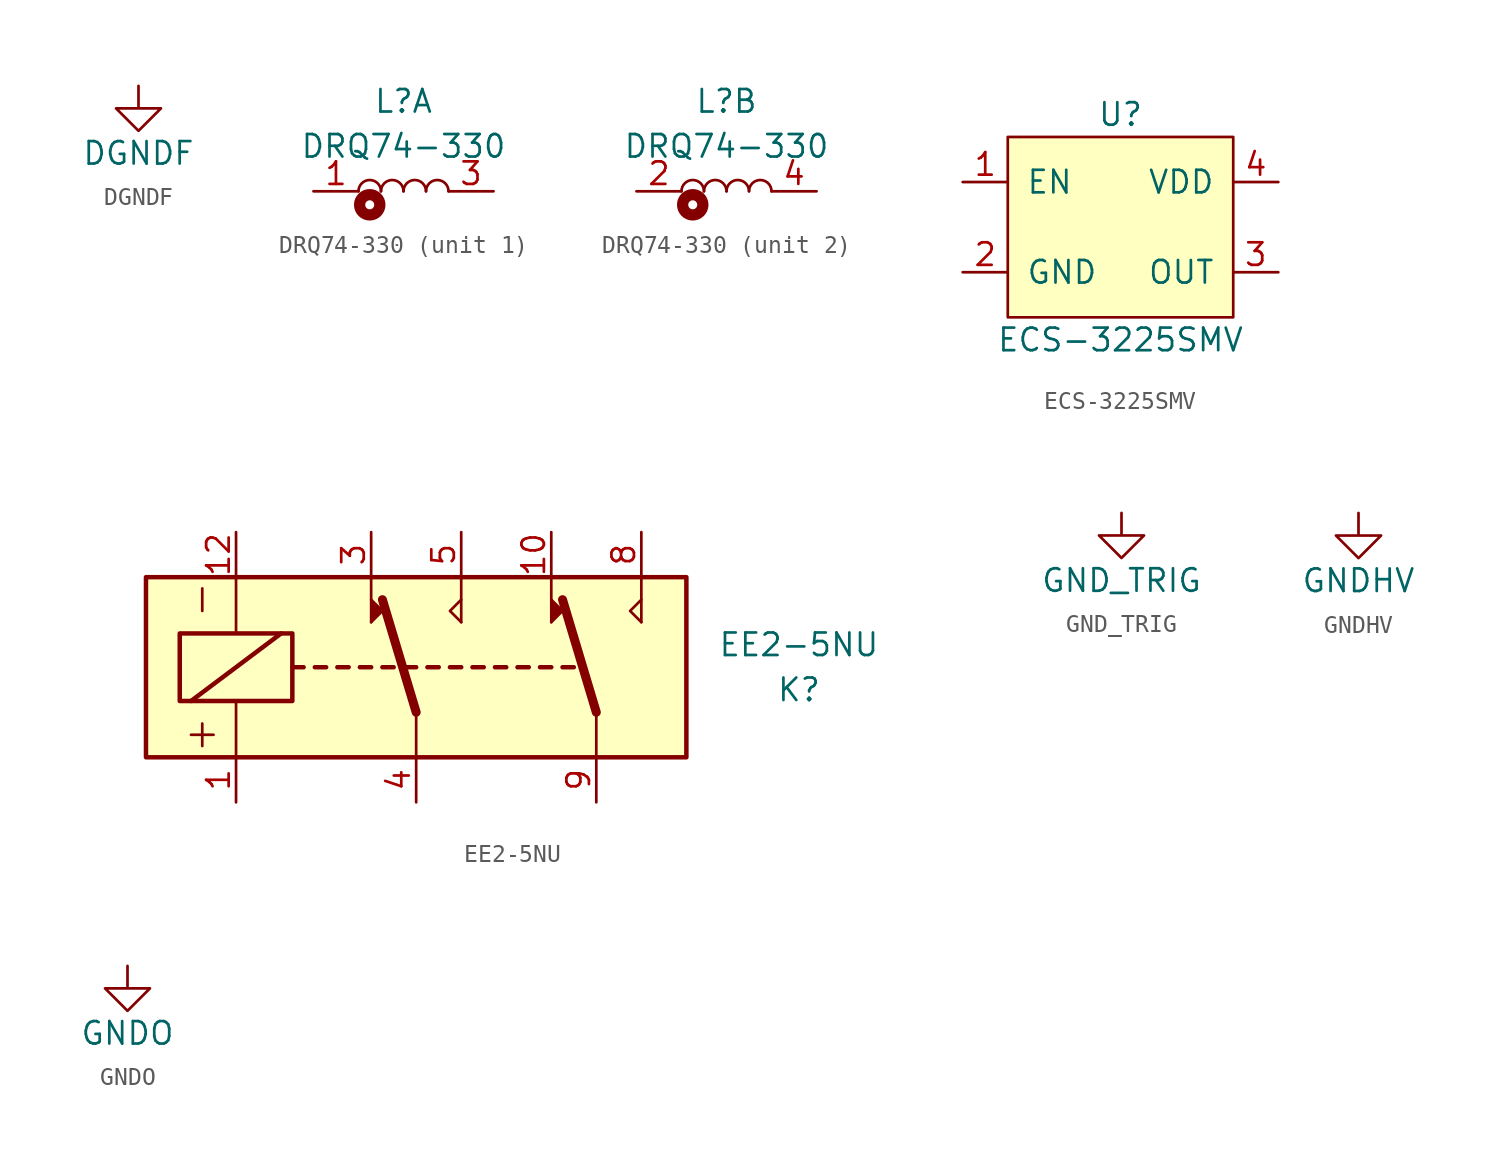
<source format=kicad_sym>
(kicad_symbol_lib
  (version 20211014)
  (generator kicad_symbol_editor)
  (symbol "DGNDF"
    (power)
    (pin_names
      (offset 0))
    (property "Reference" "#PWR"
      (at 0 -6.35 0)
      (effects (font (size 1.27 1.27)) hide))
    (property "Value" "DGNDF"
      (at 0 -3.81 0)
      (effects (font (size 1.27 1.27))))
    (symbol "DGNDF_0_1"
      (polyline (pts (xy 0 0) (xy 0 -1.27) (xy 1.27 -1.27) (xy 0 -2.54) (xy -1.27 -1.27) (xy 0 -1.27)) (stroke (width 0) (type default) (color 0 0 0 0)) (fill (type none))))
    (symbol "DGNDF_1_1"
      (pin power_in line (at 0 0 270) (length 0) hide (name "DGNDF" (effects (font (size 1.27 1.27)))) (number "1" (effects (font (size 1.27 1.27)))))))
  (symbol "DRQ74-330"
    (pin_names
      (offset 1.016))
    (property "Reference" "L"
      (at 0 5.08 0)
      (effects (font (size 1.27 1.27))))
    (property "Value" "DRQ74-330"
      (at 0 2.54 0)
      (effects (font (size 1.27 1.27))))
    (symbol "DRQ74-330_0_1"
      (circle (center -1.905 -0.762) (radius 0.254) (stroke (width 0.635) (type default) (color 0 0 0 0)) (fill (type none)))
      (arc (start -1.27 0) (mid -1.905 0.635) (end -2.54 0) (stroke (width 0) (type default) (color 0 0 0 0)) (fill (type none)))
      (arc (start 0 0) (mid -0.635 0.635) (end -1.27 0) (stroke (width 0) (type default) (color 0 0 0 0)) (fill (type none)))
      (arc (start 1.27 0) (mid 0.635 0.635) (end 0 0) (stroke (width 0) (type default) (color 0 0 0 0)) (fill (type none)))
      (arc (start 2.54 0) (mid 1.905 0.635) (end 1.27 0) (stroke (width 0) (type default) (color 0 0 0 0)) (fill (type none))))
    (symbol "DRQ74-330_1_1"
      (pin passive line (at -5.08 0 0) (length 2.54) (name "~" (effects (font (size 1.27 1.27)))) (number "1" (effects (font (size 1.27 1.27)))))
      (pin passive line (at 5.08 0 180) (length 2.54) (name "~" (effects (font (size 1.27 1.27)))) (number "3" (effects (font (size 1.27 1.27))))))
    (symbol "DRQ74-330_2_1"
      (pin passive line (at -5.08 0 0) (length 2.54) (name "~" (effects (font (size 1.27 1.27)))) (number "2" (effects (font (size 1.27 1.27)))))
      (pin passive line (at 5.08 0 180) (length 2.54) (name "~" (effects (font (size 1.27 1.27)))) (number "4" (effects (font (size 1.27 1.27)))))))
  (symbol "ECS-3225SMV"
    (pin_names
      (offset 1.016))
    (property "Reference" "U"
      (at 0 6.35 0)
      (effects (font (size 1.27 1.27))))
    (property "Value" "ECS-3225SMV"
      (at 0 -6.35 0)
      (effects (font (size 1.27 1.27))))
    (symbol "ECS-3225SMV_0_1"
      (rectangle (start -6.35 5.08) (end 6.35 -5.08) (stroke (width 0) (type default) (color 0 0 0 0)) (fill (type background))))
    (symbol "ECS-3225SMV_1_1"
      (pin passive line (at -8.89 2.54 0) (length 2.54) (name "EN" (effects (font (size 1.27 1.27)))) (number "1" (effects (font (size 1.27 1.27)))))
      (pin passive line (at -8.89 -2.54 0) (length 2.54) (name "GND" (effects (font (size 1.27 1.27)))) (number "2" (effects (font (size 1.27 1.27)))))
      (pin output line (at 8.89 -2.54 180) (length 2.54) (name "OUT" (effects (font (size 1.27 1.27)))) (number "3" (effects (font (size 1.27 1.27)))))
      (pin passive line (at 8.89 2.54 180) (length 2.54) (name "VDD" (effects (font (size 1.27 1.27)))) (number "4" (effects (font (size 1.27 1.27)))))))
  (symbol "EE2-5NU"
    (pin_names
      (offset 1.016))
    (property "Reference" "K"
      (at 21.59 -1.27 0)
      (effects (font (size 1.27 1.27))))
    (property "Value" "EE2-5NU"
      (at 21.59 1.27 0)
      (effects (font (size 1.27 1.27))))
    (symbol "EE2-5NU_0_1"
      (polyline (pts (xy -12.7 -3.81) (xy -11.43 -3.81)) (stroke (width 0) (type default) (color 0 0 0 0)) (fill (type none)))
      (polyline (pts (xy -12.065 -3.175) (xy -12.065 -4.445)) (stroke (width 0) (type default) (color 0 0 0 0)) (fill (type none)))
      (polyline (pts (xy -12.065 4.445) (xy -12.065 3.175)) (stroke (width 0) (type default) (color 0 0 0 0)) (fill (type none))))
    (symbol "EE2-5NU_1_1"
      (rectangle (start -15.24 5.08) (end 15.24 -5.08) (stroke (width 0.254) (type default) (color 0 0 0 0)) (fill (type background)))
      (rectangle (start -13.335 1.905) (end -6.985 -1.905) (stroke (width 0.254) (type default) (color 0 0 0 0)) (fill (type none)))
      (polyline (pts (xy -12.7 -1.905) (xy -7.62 1.905)) (stroke (width 0.254) (type default) (color 0 0 0 0)) (fill (type none)))
      (polyline (pts (xy -10.16 -5.08) (xy -10.16 -1.905)) (stroke (width 0) (type default) (color 0 0 0 0)) (fill (type none)))
      (polyline (pts (xy -10.16 5.08) (xy -10.16 1.905)) (stroke (width 0) (type default) (color 0 0 0 0)) (fill (type none)))
      (polyline (pts (xy -6.985 0) (xy -6.35 0)) (stroke (width 0.254) (type default) (color 0 0 0 0)) (fill (type none)))
      (polyline (pts (xy -5.715 0) (xy -5.08 0)) (stroke (width 0.254) (type default) (color 0 0 0 0)) (fill (type none)))
      (polyline (pts (xy -4.445 0) (xy -3.81 0)) (stroke (width 0.254) (type default) (color 0 0 0 0)) (fill (type none)))
      (polyline (pts (xy -3.175 0) (xy -2.54 0)) (stroke (width 0.254) (type default) (color 0 0 0 0)) (fill (type none)))
      (polyline (pts (xy -2.54 2.54) (xy -2.54 5.08)) (stroke (width 0) (type default) (color 0 0 0 0)) (fill (type none)))
      (polyline (pts (xy -1.905 0) (xy -1.27 0)) (stroke (width 0.254) (type default) (color 0 0 0 0)) (fill (type none)))
      (polyline (pts (xy -0.635 0) (xy 0 0)) (stroke (width 0.254) (type default) (color 0 0 0 0)) (fill (type none)))
      (polyline (pts (xy 0 -2.54) (xy -1.905 3.81)) (stroke (width 0.508) (type default) (color 0 0 0 0)) (fill (type none)))
      (polyline (pts (xy 0 -2.54) (xy 0 -5.08)) (stroke (width 0) (type default) (color 0 0 0 0)) (fill (type none)))
      (polyline (pts (xy 0.635 0) (xy 1.27 0)) (stroke (width 0.254) (type default) (color 0 0 0 0)) (fill (type none)))
      (polyline (pts (xy 1.905 0) (xy 2.54 0)) (stroke (width 0.254) (type default) (color 0 0 0 0)) (fill (type none)))
      (polyline (pts (xy 2.54 2.54) (xy 2.54 5.08)) (stroke (width 0) (type default) (color 0 0 0 0)) (fill (type none)))
      (polyline (pts (xy 3.175 0) (xy 3.81 0)) (stroke (width 0.254) (type default) (color 0 0 0 0)) (fill (type none)))
      (polyline (pts (xy 4.445 0) (xy 5.08 0)) (stroke (width 0.254) (type default) (color 0 0 0 0)) (fill (type none)))
      (polyline (pts (xy 5.715 0) (xy 6.35 0)) (stroke (width 0.254) (type default) (color 0 0 0 0)) (fill (type none)))
      (polyline (pts (xy 6.985 0) (xy 7.62 0)) (stroke (width 0.254) (type default) (color 0 0 0 0)) (fill (type none)))
      (polyline (pts (xy 7.62 2.54) (xy 7.62 5.08)) (stroke (width 0) (type default) (color 0 0 0 0)) (fill (type none)))
      (polyline (pts (xy 8.255 0) (xy 8.89 0)) (stroke (width 0.254) (type default) (color 0 0 0 0)) (fill (type none)))
      (polyline (pts (xy 10.16 -2.54) (xy 8.255 3.81)) (stroke (width 0.508) (type default) (color 0 0 0 0)) (fill (type none)))
      (polyline (pts (xy 10.16 -2.54) (xy 10.16 -5.08)) (stroke (width 0) (type default) (color 0 0 0 0)) (fill (type none)))
      (polyline (pts (xy 12.7 2.54) (xy 12.7 5.08)) (stroke (width 0) (type default) (color 0 0 0 0)) (fill (type none)))
      (polyline (pts (xy -2.54 2.54) (xy -1.905 3.175) (xy -2.54 3.81)) (stroke (width 0) (type default) (color 0 0 0 0)) (fill (type outline)))
      (polyline (pts (xy 2.54 2.54) (xy 1.905 3.175) (xy 2.54 3.81)) (stroke (width 0) (type default) (color 0 0 0 0)) (fill (type none)))
      (polyline (pts (xy 7.62 2.54) (xy 8.255 3.175) (xy 7.62 3.81)) (stroke (width 0) (type default) (color 0 0 0 0)) (fill (type outline)))
      (polyline (pts (xy 12.7 2.54) (xy 12.065 3.175) (xy 12.7 3.81)) (stroke (width 0) (type default) (color 0 0 0 0)) (fill (type none)))
      (pin passive line (at -10.16 -7.62 90) (length 2.54) (name "~" (effects (font (size 1.27 1.27)))) (number "1" (effects (font (size 1.27 1.27)))))
      (pin passive line (at 7.62 7.62 270) (length 2.54) (name "~" (effects (font (size 1.27 1.27)))) (number "10" (effects (font (size 1.27 1.27)))))
      (pin passive line (at -10.16 7.62 270) (length 2.54) (name "~" (effects (font (size 1.27 1.27)))) (number "12" (effects (font (size 1.27 1.27)))))
      (pin passive line (at -2.54 7.62 270) (length 2.54) (name "~" (effects (font (size 1.27 1.27)))) (number "3" (effects (font (size 1.27 1.27)))))
      (pin passive line (at 0 -7.62 90) (length 2.54) (name "~" (effects (font (size 1.27 1.27)))) (number "4" (effects (font (size 1.27 1.27)))))
      (pin no_connect non_logic (at -5.08 -5.08 270) (length 0) hide (name "~" (effects (font (size 1.27 1.27)))) (number "5" (effects (font (size 1.27 1.27)))))
      (pin passive line (at 2.54 7.62 270) (length 2.54) (name "~" (effects (font (size 1.27 1.27)))) (number "5" (effects (font (size 1.27 1.27)))))
      (pin no_connect non_logic (at 5.08 -5.08 270) (length 0) hide (name "~" (effects (font (size 1.27 1.27)))) (number "6" (effects (font (size 1.27 1.27)))))
      (pin passive line (at 12.7 7.62 270) (length 2.54) (name "~" (effects (font (size 1.27 1.27)))) (number "8" (effects (font (size 1.27 1.27)))))
      (pin passive line (at 10.16 -7.62 90) (length 2.54) (name "~" (effects (font (size 1.27 1.27)))) (number "9" (effects (font (size 1.27 1.27)))))))
  (symbol "GND_TRIG"
    (power)
    (pin_names
      (offset 0))
    (property "Reference" "#PWR"
      (at 0 -6.35 0)
      (effects (font (size 1.27 1.27)) hide))
    (property "Value" "GND_TRIG"
      (at 0 -3.81 0)
      (effects (font (size 1.27 1.27))))
    (symbol "GND_TRIG_0_1"
      (polyline (pts (xy 0 0) (xy 0 -1.27) (xy 1.27 -1.27) (xy 0 -2.54) (xy -1.27 -1.27) (xy 0 -1.27)) (stroke (width 0) (type default) (color 0 0 0 0)) (fill (type none))))
    (symbol "GND_TRIG_1_1"
      (pin power_in line (at 0 0 270) (length 0) hide (name "GND_TRIG" (effects (font (size 1.27 1.27)))) (number "1" (effects (font (size 1.27 1.27)))))))
  (symbol "GNDHV"
    (power)
    (pin_names
      (offset 0))
    (property "Reference" "#PWR"
      (at 0 -6.35 0)
      (effects (font (size 1.27 1.27)) hide))
    (property "Value" "GNDHV"
      (at 0 -3.81 0)
      (effects (font (size 1.27 1.27))))
    (symbol "GNDHV_0_1"
      (polyline (pts (xy 0 0) (xy 0 -1.27) (xy 1.27 -1.27) (xy 0 -2.54) (xy -1.27 -1.27) (xy 0 -1.27)) (stroke (width 0) (type default) (color 0 0 0 0)) (fill (type none))))
    (symbol "GNDHV_1_1"
      (pin power_in line (at 0 0 270) (length 0) hide (name "GNDHV" (effects (font (size 1.27 1.27)))) (number "1" (effects (font (size 1.27 1.27)))))))
  (symbol "GNDO"
    (power)
    (pin_names
      (offset 0))
    (property "Reference" "#PWR"
      (at 0 -6.35 0)
      (effects (font (size 1.27 1.27)) hide))
    (property "Value" "GNDO"
      (at 0 -3.81 0)
      (effects (font (size 1.27 1.27))))
    (symbol "GNDO_0_1"
      (polyline (pts (xy 0 0) (xy 0 -1.27) (xy 1.27 -1.27) (xy 0 -2.54) (xy -1.27 -1.27) (xy 0 -1.27)) (stroke (width 0) (type default) (color 0 0 0 0)) (fill (type none))))
    (symbol "GNDO_1_1"
      (pin power_in line (at 0 0 270) (length 0) hide (name "GNDO" (effects (font (size 1.27 1.27)))) (number "1" (effects (font (size 1.27 1.27))))))))
</source>
